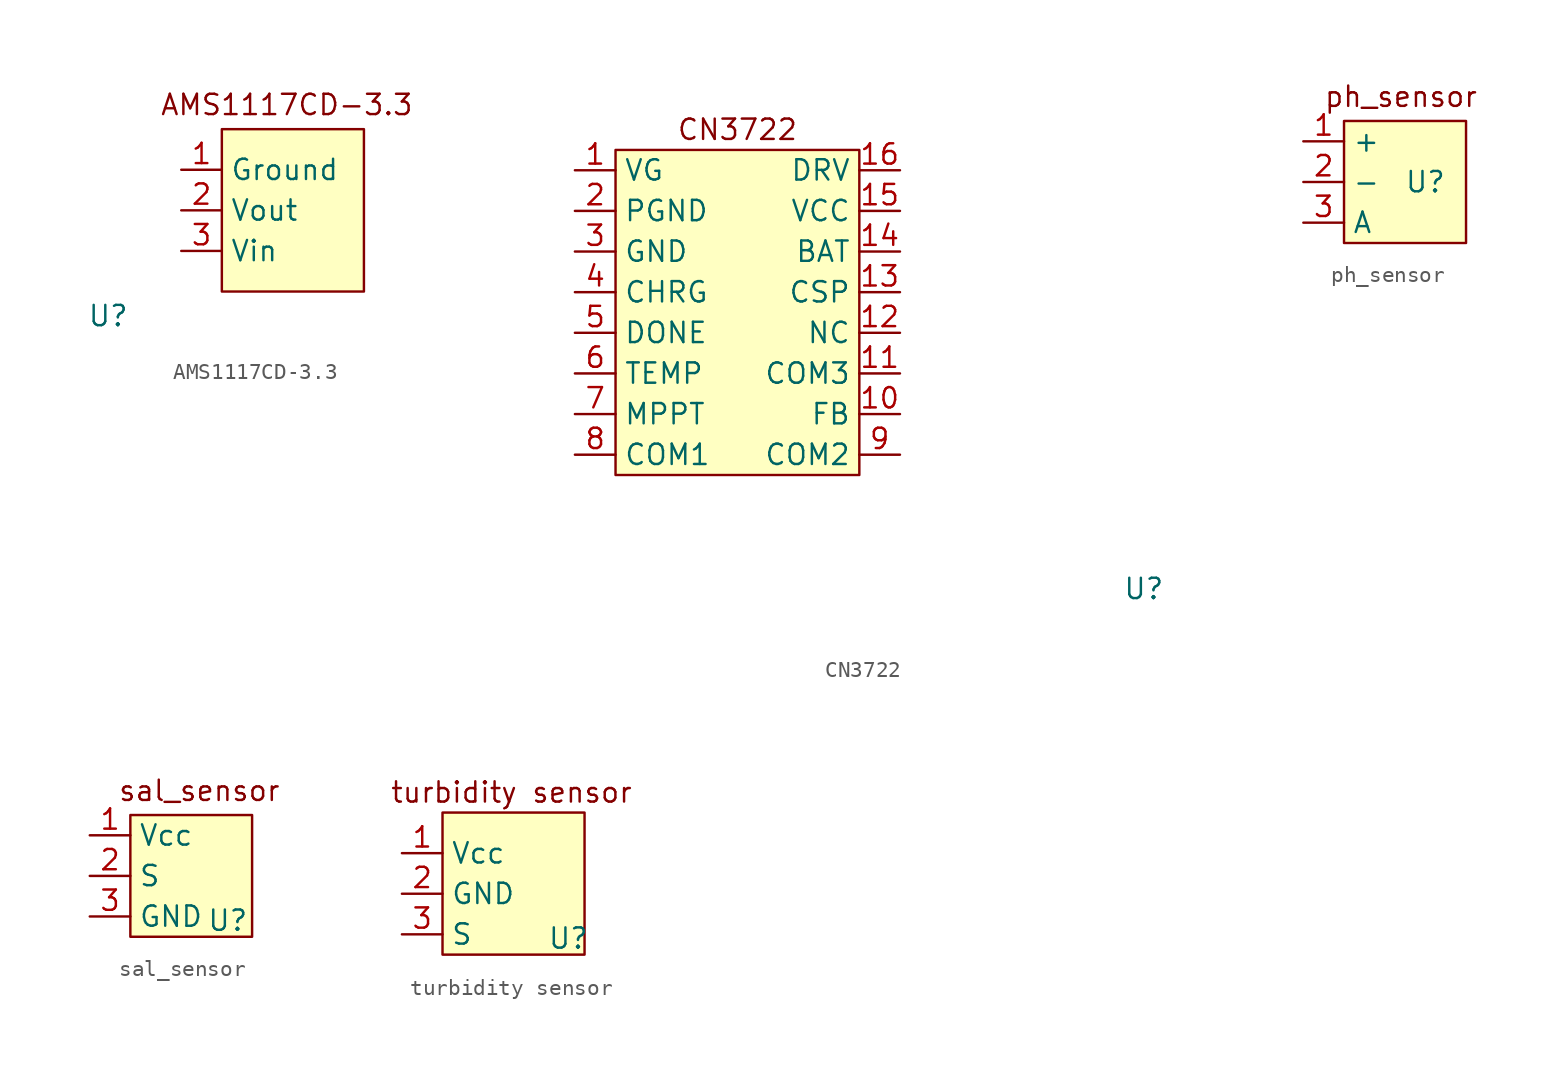
<source format=kicad_sym>
(kicad_symbol_lib
  (version 20241209)
  (generator "kicad_symbol_editor")
  (generator_version "9.0")
  (symbol "AMS1117CD-3.3"
    (property "Reference" "U"
      (at -9.652 -2.794 0)
      (effects (font (size 1.27 1.27))))
    (property "Value" ""
      (at 0 0 0)
      (effects (font (size 1.27 1.27))))
    (symbol "AMS1117CD-3.3_1_1"
      (rectangle (start -2.54 8.89) (end 6.35 -1.27) (stroke (width 0) (type solid)) (fill (type background)))
      (text "AMS1117CD-3.3" (at 1.524 10.414 0) (effects (font (size 1.27 1.27))))
      (pin power_out line (at -5.08 6.35 0) (length 2.54) (name "Ground" (effects (font (size 1.27 1.27)))) (number "1" (effects (font (size 1.27 1.27)))))
      (pin power_out line (at -5.08 3.81 0) (length 2.54) (name "Vout" (effects (font (size 1.27 1.27)))) (number "2" (effects (font (size 1.27 1.27)))))
      (pin power_in line (at -5.08 1.27 0) (length 2.54) (name "Vin" (effects (font (size 1.27 1.27)))) (number "3" (effects (font (size 1.27 1.27)))))))
  (symbol "CN3722"
    (property "Reference" "U"
      (at 25.4 -17.272 0)
      (effects (font (size 1.27 1.27))))
    (property "Value" ""
      (at 0 0 0)
      (effects (font (size 1.27 1.27))))
    (symbol "CN3722_1_1"
      (rectangle (start -7.62 10.16) (end 7.62 -10.16) (stroke (width 0) (type solid)) (fill (type background)))
      (text "CN3722" (at 0 11.43 0) (effects (font (size 1.27 1.27))))
      (pin power_in line (at -10.16 8.89 0) (length 2.54) (name "VG" (effects (font (size 1.27 1.27)))) (number "1" (effects (font (size 1.27 1.27)))))
      (pin power_in line (at -10.16 6.35 0) (length 2.54) (name "PGND" (effects (font (size 1.27 1.27)))) (number "2" (effects (font (size 1.27 1.27)))))
      (pin power_in line (at -10.16 3.81 0) (length 2.54) (name "GND" (effects (font (size 1.27 1.27)))) (number "3" (effects (font (size 1.27 1.27)))))
      (pin bidirectional line (at -10.16 1.27 0) (length 2.54) (name "CHRG" (effects (font (size 1.27 1.27)))) (number "4" (effects (font (size 1.27 1.27)))))
      (pin bidirectional line (at -10.16 -1.27 0) (length 2.54) (name "DONE" (effects (font (size 1.27 1.27)))) (number "5" (effects (font (size 1.27 1.27)))))
      (pin bidirectional line (at -10.16 -3.81 0) (length 2.54) (name "TEMP" (effects (font (size 1.27 1.27)))) (number "6" (effects (font (size 1.27 1.27)))))
      (pin bidirectional line (at -10.16 -6.35 0) (length 2.54) (name "MPPT" (effects (font (size 1.27 1.27)))) (number "7" (effects (font (size 1.27 1.27)))))
      (pin bidirectional line (at -10.16 -8.89 0) (length 2.54) (name "COM1" (effects (font (size 1.27 1.27)))) (number "8" (effects (font (size 1.27 1.27)))))
      (pin bidirectional line (at 10.16 8.89 180) (length 2.54) (name "DRV" (effects (font (size 1.27 1.27)))) (number "16" (effects (font (size 1.27 1.27)))))
      (pin bidirectional line (at 10.16 6.35 180) (length 2.54) (name "VCC" (effects (font (size 1.27 1.27)))) (number "15" (effects (font (size 1.27 1.27)))))
      (pin bidirectional line (at 10.16 3.81 180) (length 2.54) (name "BAT" (effects (font (size 1.27 1.27)))) (number "14" (effects (font (size 1.27 1.27)))))
      (pin bidirectional line (at 10.16 1.27 180) (length 2.54) (name "CSP" (effects (font (size 1.27 1.27)))) (number "13" (effects (font (size 1.27 1.27)))))
      (pin bidirectional line (at 10.16 -1.27 180) (length 2.54) (name "NC" (effects (font (size 1.27 1.27)))) (number "12" (effects (font (size 1.27 1.27)))))
      (pin bidirectional line (at 10.16 -3.81 180) (length 2.54) (name "COM3" (effects (font (size 1.27 1.27)))) (number "11" (effects (font (size 1.27 1.27)))))
      (pin bidirectional line (at 10.16 -6.35 180) (length 2.54) (name "FB" (effects (font (size 1.27 1.27)))) (number "10" (effects (font (size 1.27 1.27)))))
      (pin bidirectional line (at 10.16 -8.89 180) (length 2.54) (name "COM2" (effects (font (size 1.27 1.27)))) (number "9" (effects (font (size 1.27 1.27)))))))
  (symbol "ph_sensor"
    (property "Reference" "U"
      (at 1.27 0 0)
      (effects (font (size 1.27 1.27))))
    (property "Value" ""
      (at 0 0 0)
      (effects (font (size 1.27 1.27))))
    (symbol "ph_sensor_1_1"
      (rectangle (start -3.81 3.81) (end 3.81 -3.81) (stroke (width 0) (type solid)) (fill (type background)))
      (text "ph_sensor" (at -0.254 5.334 0) (effects (font (size 1.27 1.27))))
      (pin power_out line (at -6.35 2.54 0) (length 2.54) (name "+" (effects (font (size 1.27 1.27)))) (number "1" (effects (font (size 1.27 1.27)))))
      (pin power_in line (at -6.35 0 0) (length 2.54) (name "-" (effects (font (size 1.27 1.27)))) (number "2" (effects (font (size 1.27 1.27)))))
      (pin bidirectional line (at -6.35 -2.54 0) (length 2.54) (name "A" (effects (font (size 1.27 1.27)))) (number "3" (effects (font (size 1.27 1.27)))))))
  (symbol "sal_sensor"
    (property "Reference" "U"
      (at 3.556 -2.794 0)
      (effects (font (size 1.27 1.27))))
    (property "Value" ""
      (at 0 0 0)
      (effects (font (size 1.27 1.27))))
    (symbol "sal_sensor_1_1"
      (rectangle (start -2.54 3.81) (end 5.08 -3.81) (stroke (width 0) (type solid)) (fill (type background)))
      (text "sal_sensor" (at 1.778 5.334 0) (effects (font (size 1.27 1.27))))
      (pin power_out line (at -5.08 2.54 0) (length 2.54) (name "Vcc" (effects (font (size 1.27 1.27)))) (number "1" (effects (font (size 1.27 1.27)))))
      (pin bidirectional line (at -5.08 0 0) (length 2.54) (name "S" (effects (font (size 1.27 1.27)))) (number "2" (effects (font (size 1.27 1.27)))))
      (pin power_in line (at -5.08 -2.54 0) (length 2.54) (name "GND" (effects (font (size 1.27 1.27)))) (number "3" (effects (font (size 1.27 1.27)))))))
  (symbol "turbidity sensor"
    (property "Reference" "U"
      (at 2.794 -2.794 0)
      (effects (font (size 1.27 1.27))))
    (property "Value" ""
      (at 0 0 0)
      (effects (font (size 1.27 1.27))))
    (symbol "turbidity sensor_1_1"
      (rectangle (start -5.08 5.08) (end 3.81 -3.81) (stroke (width 0) (type solid)) (fill (type background)))
      (text "turbidity sensor" (at -0.762 6.35 0) (effects (font (size 1.27 1.27))))
      (pin power_out line (at -7.62 2.54 0) (length 2.54) (name "Vcc" (effects (font (size 1.27 1.27)))) (number "1" (effects (font (size 1.27 1.27)))))
      (pin power_in line (at -7.62 0 0) (length 2.54) (name "GND" (effects (font (size 1.27 1.27)))) (number "2" (effects (font (size 1.27 1.27)))))
      (pin output line (at -7.62 -2.54 0) (length 2.54) (name "S" (effects (font (size 1.27 1.27)))) (number "3" (effects (font (size 1.27 1.27))))))))
</source>
